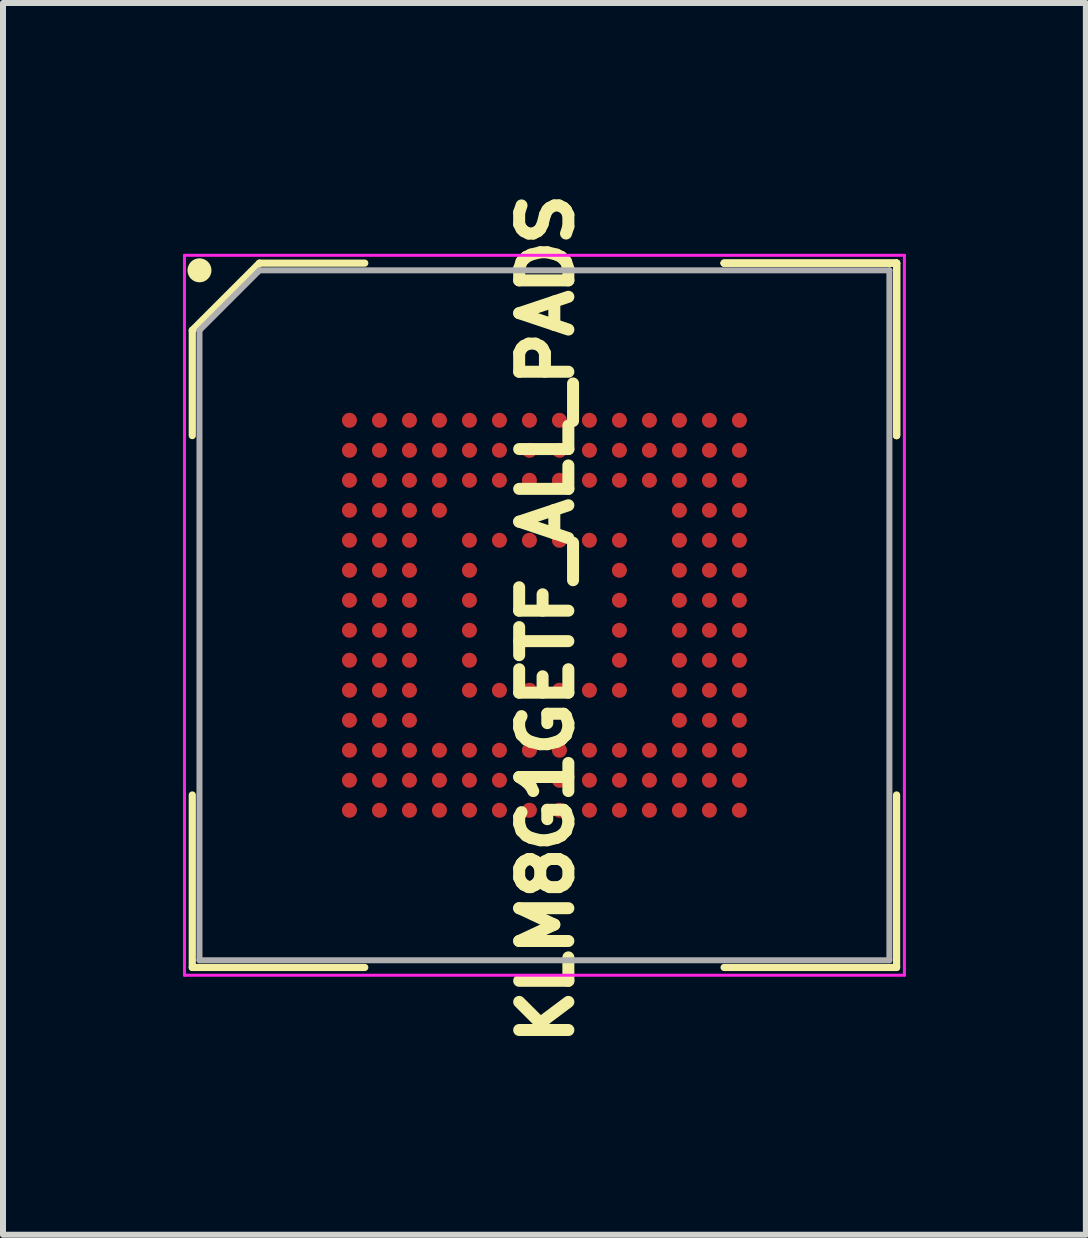
<source format=kicad_pcb>
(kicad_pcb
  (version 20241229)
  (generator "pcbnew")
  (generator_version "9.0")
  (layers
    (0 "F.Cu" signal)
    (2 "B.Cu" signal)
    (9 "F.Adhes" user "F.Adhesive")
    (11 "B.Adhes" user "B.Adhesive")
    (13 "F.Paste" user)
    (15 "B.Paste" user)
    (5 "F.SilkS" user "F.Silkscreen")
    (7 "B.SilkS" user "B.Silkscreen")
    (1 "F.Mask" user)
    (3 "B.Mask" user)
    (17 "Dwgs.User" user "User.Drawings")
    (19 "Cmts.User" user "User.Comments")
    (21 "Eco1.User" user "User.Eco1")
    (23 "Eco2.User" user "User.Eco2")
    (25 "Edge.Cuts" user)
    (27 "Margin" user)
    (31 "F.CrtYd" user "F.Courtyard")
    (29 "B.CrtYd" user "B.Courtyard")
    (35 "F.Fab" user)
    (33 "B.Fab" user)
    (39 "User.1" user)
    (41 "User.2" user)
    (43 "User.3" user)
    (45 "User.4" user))
  (footprint "KLM8G1GETF_ALL_PADS"
    (layer "F.Cu")
    (at 6.025 7.206)
    (property "Reference" "KLM8G1GETF_ALL_PADS" (at 0.03 0.06 270) (layer "F.SilkS") (effects (font (size 0.82 0.82) (thickness 0.2))))
    (attr smd)
    (fp_line (start -5.87 -4.75) (end -5.87 -2.995) (stroke (width 0.12) (type solid)) (layer "F.SilkS"))
    (fp_line (start -5.87 5.87) (end -5.87 2.995) (stroke (width 0.12) (type solid)) (layer "F.SilkS"))
    (fp_line (start -4.75 -5.87) (end -5.87 -4.75) (stroke (width 0.12) (type solid)) (layer "F.SilkS"))
    (fp_line (start -2.995 -5.87) (end -4.75 -5.87) (stroke (width 0.12) (type solid)) (layer "F.SilkS"))
    (fp_line (start -2.995 5.87) (end -5.87 5.87) (stroke (width 0.12) (type solid)) (layer "F.SilkS"))
    (fp_line (start 2.995 -5.87) (end 5.87 -5.87) (stroke (width 0.12) (type solid)) (layer "F.SilkS"))
    (fp_line (start 2.995 -5.87) (end 5.87 -5.87) (stroke (width 0.12) (type solid)) (layer "F.SilkS"))
    (fp_line (start 2.995 -5.87) (end 5.87 -5.87) (stroke (width 0.12) (type solid)) (layer "F.SilkS"))
    (fp_line (start 2.995 5.87) (end 5.87 5.87) (stroke (width 0.12) (type solid)) (layer "F.SilkS"))
    (fp_line (start 5.87 -5.87) (end 5.87 -2.995) (stroke (width 0.12) (type solid)) (layer "F.SilkS"))
    (fp_line (start 5.87 -5.87) (end 5.87 -2.995) (stroke (width 0.12) (type solid)) (layer "F.SilkS"))
    (fp_line (start 5.87 -5.87) (end 5.87 -2.995) (stroke (width 0.12) (type solid)) (layer "F.SilkS"))
    (fp_line (start 5.87 5.87) (end 5.87 2.995) (stroke (width 0.12) (type solid)) (layer "F.SilkS"))
    (fp_circle (center -5.75 -5.75) (end -5.75 -5.65) (stroke (width 0.2) (type solid)) (fill no) (layer "F.SilkS"))
    (fp_line (start -6 -6) (end 6 -6) (stroke (width 0.05) (type solid)) (layer "F.CrtYd"))
    (fp_line (start -6 6) (end -6 -6) (stroke (width 0.05) (type solid)) (layer "F.CrtYd"))
    (fp_line (start 6 -6) (end 6 6) (stroke (width 0.05) (type solid)) (layer "F.CrtYd"))
    (fp_line (start 6 6) (end -6 6) (stroke (width 0.05) (type solid)) (layer "F.CrtYd"))
    (fp_line (start -5.75 -4.75) (end -5.75 5.75) (stroke (width 0.1) (type solid)) (layer "F.Fab"))
    (fp_line (start -5.75 5.75) (end 5.75 5.75) (stroke (width 0.1) (type solid)) (layer "F.Fab"))
    (fp_line (start -4.75 -5.75) (end -5.75 -4.75) (stroke (width 0.1) (type solid)) (layer "F.Fab"))
    (fp_line (start 5.75 -5.75) (end -4.75 -5.75) (stroke (width 0.1) (type solid)) (layer "F.Fab"))
    (fp_line (start 5.75 5.75) (end 5.75 -5.75) (stroke (width 0.1) (type solid)) (layer "F.Fab"))
    (pad "CLK" smd circle (at -0.75 2.25) (size 0.25 0.25) (layers "F.Cu" "F.Mask" "F.Paste"))
    (pad "CMD" smd circle (at -1.25 2.25) (size 0.25 0.25) (layers "F.Cu" "F.Mask" "F.Paste"))
    (pad "DAT0" smd circle (at -2.25 -3.25) (size 0.25 0.25) (layers "F.Cu" "F.Mask" "F.Paste"))
    (pad "DAT1" smd circle (at -1.75 -3.25) (size 0.25 0.25) (layers "F.Cu" "F.Mask" "F.Paste"))
    (pad "DAT2" smd circle (at -1.25 -3.25) (size 0.25 0.25) (layers "F.Cu" "F.Mask" "F.Paste"))
    (pad "DAT3" smd circle (at -2.75 -2.75) (size 0.25 0.25) (layers "F.Cu" "F.Mask" "F.Paste"))
    (pad "DAT4" smd circle (at -2.25 -2.75) (size 0.25 0.25) (layers "F.Cu" "F.Mask" "F.Paste"))
    (pad "DAT5" smd circle (at -1.75 -2.75) (size 0.25 0.25) (layers "F.Cu" "F.Mask" "F.Paste"))
    (pad "DAT6" smd circle (at -1.25 -2.75) (size 0.25 0.25) (layers "F.Cu" "F.Mask" "F.Paste"))
    (pad "DAT7" smd circle (at -0.75 -2.75) (size 0.25 0.25) (layers "F.Cu" "F.Mask" "F.Paste"))
    (pad "DATA_STROBE" smd circle (at -1.25 0.25) (size 0.25 0.25) (layers "F.Cu" "F.Mask" "F.Paste"))
    (pad "NC" smd circle (at -3.25 -3.25) (size 0.25 0.25) (layers "F.Cu" "F.Mask" "F.Paste"))
    (pad "NC" smd circle (at -3.25 -2.75) (size 0.25 0.25) (layers "F.Cu" "F.Mask" "F.Paste"))
    (pad "NC" smd circle (at -3.25 -2.25) (size 0.25 0.25) (layers "F.Cu" "F.Mask" "F.Paste"))
    (pad "NC" smd circle (at -3.25 -1.75) (size 0.25 0.25) (layers "F.Cu" "F.Mask" "F.Paste"))
    (pad "NC" smd circle (at -3.25 -1.25) (size 0.25 0.25) (layers "F.Cu" "F.Mask" "F.Paste"))
    (pad "NC" smd circle (at -3.25 -0.75) (size 0.25 0.25) (layers "F.Cu" "F.Mask" "F.Paste"))
    (pad "NC" smd circle (at -3.25 -0.25) (size 0.25 0.25) (layers "F.Cu" "F.Mask" "F.Paste"))
    (pad "NC" smd circle (at -3.25 0.25) (size 0.25 0.25) (layers "F.Cu" "F.Mask" "F.Paste"))
    (pad "NC" smd circle (at -3.25 0.75) (size 0.25 0.25) (layers "F.Cu" "F.Mask" "F.Paste"))
    (pad "NC" smd circle (at -3.25 1.25) (size 0.25 0.25) (layers "F.Cu" "F.Mask" "F.Paste"))
    (pad "NC" smd circle (at -3.25 1.75) (size 0.25 0.25) (layers "F.Cu" "F.Mask" "F.Paste"))
    (pad "NC" smd circle (at -3.25 2.25) (size 0.25 0.25) (layers "F.Cu" "F.Mask" "F.Paste"))
    (pad "NC" smd circle (at -3.25 2.75) (size 0.25 0.25) (layers "F.Cu" "F.Mask" "F.Paste"))
    (pad "NC" smd circle (at -3.25 3.25) (size 0.25 0.25) (layers "F.Cu" "F.Mask" "F.Paste"))
    (pad "NC" smd circle (at -2.75 -3.25) (size 0.25 0.25) (layers "F.Cu" "F.Mask" "F.Paste"))
    (pad "NC" smd circle (at -2.75 -1.75) (size 0.25 0.25) (layers "F.Cu" "F.Mask" "F.Paste"))
    (pad "NC" smd circle (at -2.75 -1.25) (size 0.25 0.25) (layers "F.Cu" "F.Mask" "F.Paste"))
    (pad "NC" smd circle (at -2.75 -0.75) (size 0.25 0.25) (layers "F.Cu" "F.Mask" "F.Paste"))
    (pad "NC" smd circle (at -2.75 -0.25) (size 0.25 0.25) (layers "F.Cu" "F.Mask" "F.Paste"))
    (pad "NC" smd circle (at -2.75 0.25) (size 0.25 0.25) (layers "F.Cu" "F.Mask" "F.Paste"))
    (pad "NC" smd circle (at -2.75 0.75) (size 0.25 0.25) (layers "F.Cu" "F.Mask" "F.Paste"))
    (pad "NC" smd circle (at -2.75 1.25) (size 0.25 0.25) (layers "F.Cu" "F.Mask" "F.Paste"))
    (pad "NC" smd circle (at -2.75 1.75) (size 0.25 0.25) (layers "F.Cu" "F.Mask" "F.Paste"))
    (pad "NC" smd circle (at -2.75 2.25) (size 0.25 0.25) (layers "F.Cu" "F.Mask" "F.Paste"))
    (pad "NC" smd circle (at -2.75 3.25) (size 0.25 0.25) (layers "F.Cu" "F.Mask" "F.Paste"))
    (pad "NC" smd circle (at -2.25 -2.25) (size 0.25 0.25) (layers "F.Cu" "F.Mask" "F.Paste"))
    (pad "NC" smd circle (at -2.25 -1.75) (size 0.25 0.25) (layers "F.Cu" "F.Mask" "F.Paste"))
    (pad "NC" smd circle (at -2.25 -1.25) (size 0.25 0.25) (layers "F.Cu" "F.Mask" "F.Paste"))
    (pad "NC" smd circle (at -2.25 -0.75) (size 0.25 0.25) (layers "F.Cu" "F.Mask" "F.Paste"))
    (pad "NC" smd circle (at -2.25 0.25) (size 0.25 0.25) (layers "F.Cu" "F.Mask" "F.Paste"))
    (pad "NC" smd circle (at -2.25 0.75) (size 0.25 0.25) (layers "F.Cu" "F.Mask" "F.Paste"))
    (pad "NC" smd circle (at -2.25 1.25) (size 0.25 0.25) (layers "F.Cu" "F.Mask" "F.Paste"))
    (pad "NC" smd circle (at -2.25 1.75) (size 0.25 0.25) (layers "F.Cu" "F.Mask" "F.Paste"))
    (pad "NC" smd circle (at -2.25 2.25) (size 0.25 0.25) (layers "F.Cu" "F.Mask" "F.Paste"))
    (pad "NC" smd circle (at -2.25 2.75) (size 0.25 0.25) (layers "F.Cu" "F.Mask" "F.Paste"))
    (pad "NC" smd circle (at -1.75 -1.75) (size 0.25 0.25) (layers "F.Cu" "F.Mask" "F.Paste"))
    (pad "NC" smd circle (at -1.25 -2.25) (size 0.25 0.25) (layers "F.Cu" "F.Mask" "F.Paste"))
    (pad "NC" smd circle (at -0.75 2.75) (size 0.25 0.25) (layers "F.Cu" "F.Mask" "F.Paste"))
    (pad "NC" smd circle (at -0.25 -2.75) (size 0.25 0.25) (layers "F.Cu" "F.Mask" "F.Paste"))
    (pad "NC" smd circle (at -0.25 -2.25) (size 0.25 0.25) (layers "F.Cu" "F.Mask" "F.Paste"))
    (pad "NC" smd circle (at -0.25 2.25) (size 0.25 0.25) (layers "F.Cu" "F.Mask" "F.Paste"))
    (pad "NC" smd circle (at -0.25 2.75) (size 0.25 0.25) (layers "F.Cu" "F.Mask" "F.Paste"))
    (pad "NC" smd circle (at -0.25 3.25) (size 0.25 0.25) (layers "F.Cu" "F.Mask" "F.Paste"))
    (pad "NC" smd circle (at 0.25 -3.25) (size 0.25 0.25) (layers "F.Cu" "F.Mask" "F.Paste"))
    (pad "NC" smd circle (at 0.25 -2.75) (size 0.25 0.25) (layers "F.Cu" "F.Mask" "F.Paste"))
    (pad "NC" smd circle (at 0.25 -2.25) (size 0.25 0.25) (layers "F.Cu" "F.Mask" "F.Paste"))
    (pad "NC" smd circle (at 0.25 2.25) (size 0.25 0.25) (layers "F.Cu" "F.Mask" "F.Paste"))
    (pad "NC" smd circle (at 0.25 2.75) (size 0.25 0.25) (layers "F.Cu" "F.Mask" "F.Paste"))
    (pad "NC" smd circle (at 0.25 3.25) (size 0.25 0.25) (layers "F.Cu" "F.Mask" "F.Paste"))
    (pad "NC" smd circle (at 0.75 -3.25) (size 0.25 0.25) (layers "F.Cu" "F.Mask" "F.Paste"))
    (pad "NC" smd circle (at 0.75 -2.75) (size 0.25 0.25) (layers "F.Cu" "F.Mask" "F.Paste"))
    (pad "NC" smd circle (at 0.75 -2.25) (size 0.25 0.25) (layers "F.Cu" "F.Mask" "F.Paste"))
    (pad "NC" smd circle (at 0.75 2.25) (size 0.25 0.25) (layers "F.Cu" "F.Mask" "F.Paste"))
    (pad "NC" smd circle (at 0.75 2.75) (size 0.25 0.25) (layers "F.Cu" "F.Mask" "F.Paste"))
    (pad "NC" smd circle (at 0.75 3.25) (size 0.25 0.25) (layers "F.Cu" "F.Mask" "F.Paste"))
    (pad "NC" smd circle (at 1.25 -3.25) (size 0.25 0.25) (layers "F.Cu" "F.Mask" "F.Paste"))
    (pad "NC" smd circle (at 1.25 -2.75) (size 0.25 0.25) (layers "F.Cu" "F.Mask" "F.Paste"))
    (pad "NC" smd circle (at 1.25 -2.25) (size 0.25 0.25) (layers "F.Cu" "F.Mask" "F.Paste"))
    (pad "NC" smd circle (at 1.25 2.25) (size 0.25 0.25) (layers "F.Cu" "F.Mask" "F.Paste"))
    (pad "NC" smd circle (at 1.25 2.75) (size 0.25 0.25) (layers "F.Cu" "F.Mask" "F.Paste"))
    (pad "NC" smd circle (at 1.25 3.25) (size 0.25 0.25) (layers "F.Cu" "F.Mask" "F.Paste"))
    (pad "NC" smd circle (at 1.75 -3.25) (size 0.25 0.25) (layers "F.Cu" "F.Mask" "F.Paste"))
    (pad "NC" smd circle (at 1.75 -2.75) (size 0.25 0.25) (layers "F.Cu" "F.Mask" "F.Paste"))
    (pad "NC" smd circle (at 1.75 -2.25) (size 0.25 0.25) (layers "F.Cu" "F.Mask" "F.Paste"))
    (pad "NC" smd circle (at 1.75 2.25) (size 0.25 0.25) (layers "F.Cu" "F.Mask" "F.Paste"))
    (pad "NC" smd circle (at 1.75 2.75) (size 0.25 0.25) (layers "F.Cu" "F.Mask" "F.Paste"))
    (pad "NC" smd circle (at 1.75 3.25) (size 0.25 0.25) (layers "F.Cu" "F.Mask" "F.Paste"))
    (pad "NC" smd circle (at 2.25 -3.25) (size 0.25 0.25) (layers "F.Cu" "F.Mask" "F.Paste"))
    (pad "NC" smd circle (at 2.25 -2.75) (size 0.25 0.25) (layers "F.Cu" "F.Mask" "F.Paste"))
    (pad "NC" smd circle (at 2.25 -2.25) (size 0.25 0.25) (layers "F.Cu" "F.Mask" "F.Paste"))
    (pad "NC" smd circle (at 2.25 -1.75) (size 0.25 0.25) (layers "F.Cu" "F.Mask" "F.Paste"))
    (pad "NC" smd circle (at 2.25 -1.25) (size 0.25 0.25) (layers "F.Cu" "F.Mask" "F.Paste"))
    (pad "NC" smd circle (at 2.25 -0.75) (size 0.25 0.25) (layers "F.Cu" "F.Mask" "F.Paste"))
    (pad "NC" smd circle (at 2.25 -0.25) (size 0.25 0.25) (layers "F.Cu" "F.Mask" "F.Paste"))
    (pad "NC" smd circle (at 2.25 0.25) (size 0.25 0.25) (layers "F.Cu" "F.Mask" "F.Paste"))
    (pad "NC" smd circle (at 2.25 0.75) (size 0.25 0.25) (layers "F.Cu" "F.Mask" "F.Paste"))
    (pad "NC" smd circle (at 2.25 1.25) (size 0.25 0.25) (layers "F.Cu" "F.Mask" "F.Paste"))
    (pad "NC" smd circle (at 2.25 1.75) (size 0.25 0.25) (layers "F.Cu" "F.Mask" "F.Paste"))
    (pad "NC" smd circle (at 2.25 2.25) (size 0.25 0.25) (layers "F.Cu" "F.Mask" "F.Paste"))
    (pad "NC" smd circle (at 2.25 2.75) (size 0.25 0.25) (layers "F.Cu" "F.Mask" "F.Paste"))
    (pad "NC" smd circle (at 2.25 3.25) (size 0.25 0.25) (layers "F.Cu" "F.Mask" "F.Paste"))
    (pad "NC" smd circle (at 2.75 -3.25) (size 0.25 0.25) (layers "F.Cu" "F.Mask" "F.Paste"))
    (pad "NC" smd circle (at 2.75 -2.75) (size 0.25 0.25) (layers "F.Cu" "F.Mask" "F.Paste"))
    (pad "NC" smd circle (at 2.75 -2.25) (size 0.25 0.25) (layers "F.Cu" "F.Mask" "F.Paste"))
    (pad "NC" smd circle (at 2.75 -1.75) (size 0.25 0.25) (layers "F.Cu" "F.Mask" "F.Paste"))
    (pad "NC" smd circle (at 2.75 -1.25) (size 0.25 0.25) (layers "F.Cu" "F.Mask" "F.Paste"))
    (pad "NC" smd circle (at 2.75 -0.75) (size 0.25 0.25) (layers "F.Cu" "F.Mask" "F.Paste"))
    (pad "NC" smd circle (at 2.75 -0.25) (size 0.25 0.25) (layers "F.Cu" "F.Mask" "F.Paste"))
    (pad "NC" smd circle (at 2.75 0.25) (size 0.25 0.25) (layers "F.Cu" "F.Mask" "F.Paste"))
    (pad "NC" smd circle (at 2.75 0.75) (size 0.25 0.25) (layers "F.Cu" "F.Mask" "F.Paste"))
    (pad "NC" smd circle (at 2.75 1.25) (size 0.25 0.25) (layers "F.Cu" "F.Mask" "F.Paste"))
    (pad "NC" smd circle (at 2.75 1.75) (size 0.25 0.25) (layers "F.Cu" "F.Mask" "F.Paste"))
    (pad "NC" smd circle (at 2.75 2.25) (size 0.25 0.25) (layers "F.Cu" "F.Mask" "F.Paste"))
    (pad "NC" smd circle (at 2.75 2.75) (size 0.25 0.25) (layers "F.Cu" "F.Mask" "F.Paste"))
    (pad "NC" smd circle (at 2.75 3.25) (size 0.25 0.25) (layers "F.Cu" "F.Mask" "F.Paste"))
    (pad "NC" smd circle (at 3.25 -3.25) (size 0.25 0.25) (layers "F.Cu" "F.Mask" "F.Paste"))
    (pad "NC" smd circle (at 3.25 -2.75) (size 0.25 0.25) (layers "F.Cu" "F.Mask" "F.Paste"))
    (pad "NC" smd circle (at 3.25 -2.25) (size 0.25 0.25) (layers "F.Cu" "F.Mask" "F.Paste"))
    (pad "NC" smd circle (at 3.25 -1.75) (size 0.25 0.25) (layers "F.Cu" "F.Mask" "F.Paste"))
    (pad "NC" smd circle (at 3.25 -1.25) (size 0.25 0.25) (layers "F.Cu" "F.Mask" "F.Paste"))
    (pad "NC" smd circle (at 3.25 -0.75) (size 0.25 0.25) (layers "F.Cu" "F.Mask" "F.Paste"))
    (pad "NC" smd circle (at 3.25 -0.25) (size 0.25 0.25) (layers "F.Cu" "F.Mask" "F.Paste"))
    (pad "NC" smd circle (at 3.25 0.25) (size 0.25 0.25) (layers "F.Cu" "F.Mask" "F.Paste"))
    (pad "NC" smd circle (at 3.25 0.75) (size 0.25 0.25) (layers "F.Cu" "F.Mask" "F.Paste"))
    (pad "NC" smd circle (at 3.25 1.25) (size 0.25 0.25) (layers "F.Cu" "F.Mask" "F.Paste"))
    (pad "NC" smd circle (at 3.25 1.75) (size 0.25 0.25) (layers "F.Cu" "F.Mask" "F.Paste"))
    (pad "NC" smd circle (at 3.25 2.25) (size 0.25 0.25) (layers "F.Cu" "F.Mask" "F.Paste"))
    (pad "NC" smd circle (at 3.25 2.75) (size 0.25 0.25) (layers "F.Cu" "F.Mask" "F.Paste"))
    (pad "NC" smd circle (at 3.25 3.25) (size 0.25 0.25) (layers "F.Cu" "F.Mask" "F.Paste"))
    (pad "RFU" smd circle (at -2.25 -0.25) (size 0.25 0.25) (layers "F.Cu" "F.Mask" "F.Paste"))
    (pad "RFU" smd circle (at -1.25 -1.25) (size 0.25 0.25) (layers "F.Cu" "F.Mask" "F.Paste"))
    (pad "RFU" smd circle (at -0.75 1.25) (size 0.25 0.25) (layers "F.Cu" "F.Mask" "F.Paste"))
    (pad "RFU" smd circle (at -0.25 -3.25) (size 0.25 0.25) (layers "F.Cu" "F.Mask" "F.Paste"))
    (pad "RFU" smd circle (at -0.25 1.25) (size 0.25 0.25) (layers "F.Cu" "F.Mask" "F.Paste"))
    (pad "RFU" smd circle (at 0.25 -1.25) (size 0.25 0.25) (layers "F.Cu" "F.Mask" "F.Paste"))
    (pad "RFU" smd circle (at 0.75 -1.25) (size 0.25 0.25) (layers "F.Cu" "F.Mask" "F.Paste"))
    (pad "RFU" smd circle (at 1.25 -1.25) (size 0.25 0.25) (layers "F.Cu" "F.Mask" "F.Paste"))
    (pad "RFU" smd circle (at 1.25 -0.75) (size 0.25 0.25) (layers "F.Cu" "F.Mask" "F.Paste"))
    (pad "RFU" smd circle (at 1.25 -0.25) (size 0.25 0.25) (layers "F.Cu" "F.Mask" "F.Paste"))
    (pad "RFU" smd circle (at 1.25 1.25) (size 0.25 0.25) (layers "F.Cu" "F.Mask" "F.Paste"))
    (pad "RSTN" smd circle (at -1.25 1.25) (size 0.25 0.25) (layers "F.Cu" "F.Mask" "F.Paste"))
    (pad "VCCQ" smd circle (at -2.25 3.25) (size 0.25 0.25) (layers "F.Cu" "F.Mask" "F.Paste"))
    (pad "VCCQ" smd circle (at -1.75 2.25) (size 0.25 0.25) (layers "F.Cu" "F.Mask" "F.Paste"))
    (pad "VCCQ" smd circle (at -1.75 2.75) (size 0.25 0.25) (layers "F.Cu" "F.Mask" "F.Paste"))
    (pad "VCCQ" smd circle (at -1.25 3.25) (size 0.25 0.25) (layers "F.Cu" "F.Mask" "F.Paste"))
    (pad "VCCQ" smd circle (at -0.75 -2.25) (size 0.25 0.25) (layers "F.Cu" "F.Mask" "F.Paste"))
    (pad "VDDF" smd circle (at -1.25 -0.75) (size 0.25 0.25) (layers "F.Cu" "F.Mask" "F.Paste"))
    (pad "VDDF" smd circle (at -0.75 -1.25) (size 0.25 0.25) (layers "F.Cu" "F.Mask" "F.Paste"))
    (pad "VDDF" smd circle (at 0.75 1.25) (size 0.25 0.25) (layers "F.Cu" "F.Mask" "F.Paste"))
    (pad "VDDF" smd circle (at 1.25 0.75) (size 0.25 0.25) (layers "F.Cu" "F.Mask" "F.Paste"))
    (pad "VDDI" smd circle (at -2.75 -2.25) (size 0.25 0.25) (layers "F.Cu" "F.Mask" "F.Paste"))
    (pad "VSS" smd circle (at -2.75 2.75) (size 0.25 0.25) (layers "F.Cu" "F.Mask" "F.Paste"))
    (pad "VSS" smd circle (at -1.75 -2.25) (size 0.25 0.25) (layers "F.Cu" "F.Mask" "F.Paste"))
    (pad "VSS" smd circle (at -1.75 3.25) (size 0.25 0.25) (layers "F.Cu" "F.Mask" "F.Paste"))
    (pad "VSS" smd circle (at -1.25 -0.25) (size 0.25 0.25) (layers "F.Cu" "F.Mask" "F.Paste"))
    (pad "VSS" smd circle (at -1.25 0.75) (size 0.25 0.25) (layers "F.Cu" "F.Mask" "F.Paste"))
    (pad "VSS" smd circle (at -1.25 2.75) (size 0.25 0.25) (layers "F.Cu" "F.Mask" "F.Paste"))
    (pad "VSS" smd circle (at -0.75 -3.25) (size 0.25 0.25) (layers "F.Cu" "F.Mask" "F.Paste"))
    (pad "VSS" smd circle (at -0.75 3.25) (size 0.25 0.25) (layers "F.Cu" "F.Mask" "F.Paste"))
    (pad "VSS" smd circle (at -0.25 -1.25) (size 0.25 0.25) (layers "F.Cu" "F.Mask" "F.Paste"))
    (pad "VSS" smd circle (at 0.25 1.25) (size 0.25 0.25) (layers "F.Cu" "F.Mask" "F.Paste"))
    (pad "VSS" smd circle (at 1.25 0.25) (size 0.25 0.25) (layers "F.Cu" "F.Mask" "F.Paste")))
  (gr_rect
    (start -3 -3)
    (end 15.05 17.532)
    (stroke (width 0.1) (type default))
    (fill no)
    (layer "Edge.Cuts")))
</source>
